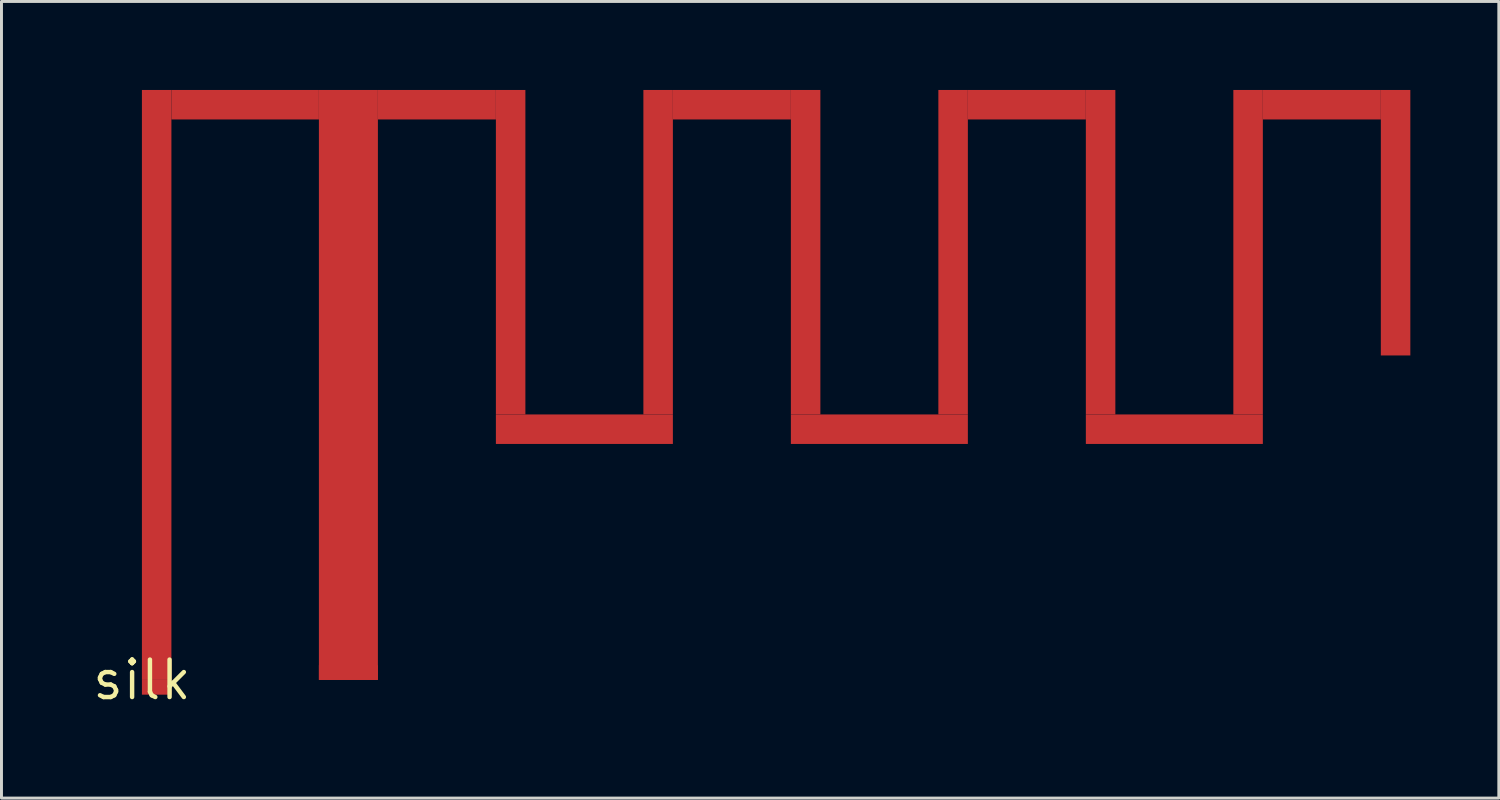
<source format=kicad_pcb>
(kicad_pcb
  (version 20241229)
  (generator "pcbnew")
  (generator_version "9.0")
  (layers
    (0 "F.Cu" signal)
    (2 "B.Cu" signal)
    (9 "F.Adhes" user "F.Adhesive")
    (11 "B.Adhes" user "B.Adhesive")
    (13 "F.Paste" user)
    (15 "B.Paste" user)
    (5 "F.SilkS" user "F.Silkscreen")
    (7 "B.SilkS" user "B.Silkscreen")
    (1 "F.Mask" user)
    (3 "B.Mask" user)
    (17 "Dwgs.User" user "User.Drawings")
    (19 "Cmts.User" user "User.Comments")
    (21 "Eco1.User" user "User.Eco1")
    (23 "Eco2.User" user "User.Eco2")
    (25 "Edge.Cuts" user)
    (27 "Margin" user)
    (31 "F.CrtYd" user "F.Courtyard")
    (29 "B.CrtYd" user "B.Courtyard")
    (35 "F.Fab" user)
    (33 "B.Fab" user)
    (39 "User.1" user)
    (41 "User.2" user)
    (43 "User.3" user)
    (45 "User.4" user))
  (footprint "silk"
    (layer "F.Cu")
    (at 1.761 20)
    (property "Reference" "silk" (at 0 0 0) (layer "F.SilkS") (effects (font (size 1.27 1.27) (thickness 0.15))))
    (attr through_hole)
    (fp_poly (pts (xy 0 -20) (xy 0 0) (xy 1 0) (xy 1 -20) (xy 0 -20)) (stroke (width 0) (type solid)) (fill yes) (layer "F.Cu"))
    (fp_poly (pts (xy 1 -20) (xy 1 -19) (xy 6 -19) (xy 6 -20) (xy 1 -20)) (stroke (width 0) (type solid)) (fill yes) (layer "F.Cu"))
    (fp_poly (pts (xy 6 -20) (xy 6 0) (xy 8 0) (xy 8 -20) (xy 6 -20)) (stroke (width 0) (type solid)) (fill yes) (layer "F.Cu"))
    (fp_poly (pts (xy 8 -20) (xy 8 -19) (xy 12 -19) (xy 12 -20) (xy 8 -20)) (stroke (width 0) (type solid)) (fill yes) (layer "F.Cu"))
    (fp_poly (pts (xy 12 -20) (xy 12 -9) (xy 13 -9) (xy 13 -20) (xy 12 -20)) (stroke (width 0) (type solid)) (fill yes) (layer "F.Cu"))
    (fp_poly (pts (xy 12 -9) (xy 12 -8) (xy 18 -8) (xy 18 -9) (xy 12 -9)) (stroke (width 0) (type solid)) (fill yes) (layer "F.Cu"))
    (fp_poly (pts (xy 17 -20) (xy 17 -9) (xy 18 -9) (xy 18 -20) (xy 17 -20)) (stroke (width 0) (type solid)) (fill yes) (layer "F.Cu"))
    (fp_poly (pts (xy 18 -20) (xy 18 -19) (xy 22 -19) (xy 22 -20) (xy 18 -20)) (stroke (width 0) (type solid)) (fill yes) (layer "F.Cu"))
    (fp_poly (pts (xy 22 -20) (xy 22 -9) (xy 23 -9) (xy 23 -20) (xy 22 -20)) (stroke (width 0) (type solid)) (fill yes) (layer "F.Cu"))
    (fp_poly (pts (xy 22 -9) (xy 22 -8) (xy 28 -8) (xy 28 -9) (xy 22 -9)) (stroke (width 0) (type solid)) (fill yes) (layer "F.Cu"))
    (fp_poly (pts (xy 27 -20) (xy 27 -9) (xy 28 -9) (xy 28 -20) (xy 27 -20)) (stroke (width 0) (type solid)) (fill yes) (layer "F.Cu"))
    (fp_poly (pts (xy 28 -20) (xy 28 -19) (xy 32 -19) (xy 32 -20) (xy 28 -20)) (stroke (width 0) (type solid)) (fill yes) (layer "F.Cu"))
    (fp_poly (pts (xy 32 -20) (xy 32 -9) (xy 33 -9) (xy 33 -20) (xy 32 -20)) (stroke (width 0) (type solid)) (fill yes) (layer "F.Cu"))
    (fp_poly (pts (xy 32 -9) (xy 32 -8) (xy 38 -8) (xy 38 -9) (xy 32 -9)) (stroke (width 0) (type solid)) (fill yes) (layer "F.Cu"))
    (fp_poly (pts (xy 37 -20) (xy 37 -9) (xy 38 -9) (xy 38 -20) (xy 37 -20)) (stroke (width 0) (type solid)) (fill yes) (layer "F.Cu"))
    (fp_poly (pts (xy 38 -20) (xy 38 -19) (xy 42 -19) (xy 42 -20) (xy 38 -20)) (stroke (width 0) (type solid)) (fill yes) (layer "F.Cu"))
    (fp_poly (pts (xy 42 -20) (xy 42 -11) (xy 43 -11) (xy 43 -20) (xy 42 -20)) (stroke (width 0) (type solid)) (fill yes) (layer "F.Cu"))
    (pad "1" smd rect (at 7 -0.25) (size 2 0.5) (layers "F.Cu" "F.Mask" "F.Paste"))
    (pad "2" smd rect (at 0.5 0.25) (size 1 0.5) (layers "F.Cu" "F.Mask" "F.Paste")))
  (gr_rect
    (start -3 -3)
    (end 47.761 24.006)
    (stroke (width 0.1) (type default))
    (fill no)
    (layer "Edge.Cuts")))
</source>
